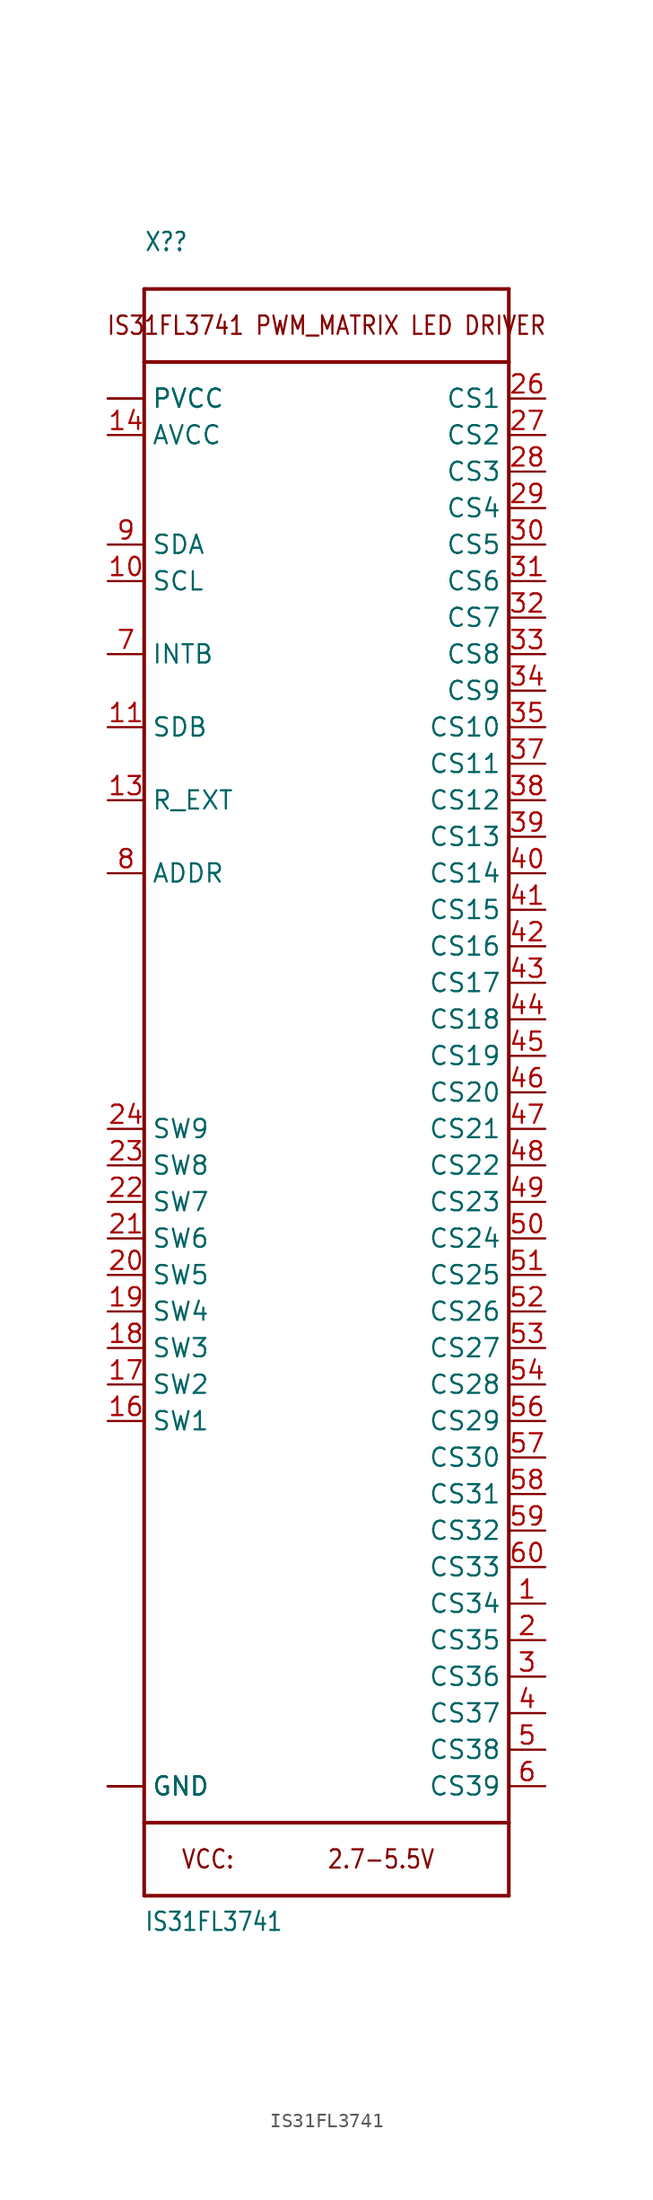
<source format=kicad_sym>
(kicad_symbol_lib
  (version 20211014)
  (generator kicad_symbol_editor)
  (symbol "IS31FL3741"
    (property "Reference" "X?"
      (at -12.7 53.34 0)
      (effects (font (size 1.27 1.079)) (justify left bottom)))
    (property "Value" "IS31FL3741"
      (at -12.7 -63.5 0)
      (effects (font (size 1.27 1.079)) (justify left bottom)))
    (property "ki_locked" ""
      (at 0 0 0)
      (effects (font (size 1.27 1.27))))
    (symbol "IS31FL3741_1_0"
      (polyline (pts (xy -12.7 -55.88) (xy -12.7 -60.96)) (stroke (width 0.254) (type default) (color 0 0 0 0)) (fill (type none)))
      (polyline (pts (xy -12.7 -55.88) (xy -12.7 45.72)) (stroke (width 0.254) (type default) (color 0 0 0 0)) (fill (type none)))
      (polyline (pts (xy -12.7 45.72) (xy 12.7 45.72)) (stroke (width 0.254) (type default) (color 0 0 0 0)) (fill (type none)))
      (polyline (pts (xy -12.7 50.8) (xy -12.7 45.72)) (stroke (width 0.254) (type default) (color 0 0 0 0)) (fill (type none)))
      (polyline (pts (xy -12.7 50.8) (xy 12.7 50.8)) (stroke (width 0.254) (type default) (color 0 0 0 0)) (fill (type none)))
      (polyline (pts (xy 12.7 -60.96) (xy -12.7 -60.96)) (stroke (width 0.254) (type default) (color 0 0 0 0)) (fill (type none)))
      (polyline (pts (xy 12.7 -55.88) (xy -12.7 -55.88)) (stroke (width 0.254) (type default) (color 0 0 0 0)) (fill (type none)))
      (polyline (pts (xy 12.7 -55.88) (xy 12.7 -60.96)) (stroke (width 0.254) (type default) (color 0 0 0 0)) (fill (type none)))
      (polyline (pts (xy 12.7 45.72) (xy 12.7 -55.88)) (stroke (width 0.254) (type default) (color 0 0 0 0)) (fill (type none)))
      (polyline (pts (xy 12.7 50.8) (xy 12.7 45.72)) (stroke (width 0.254) (type default) (color 0 0 0 0)) (fill (type none)))
      (text "2.7-5.5V" (at 0 -58.42 0) (effects (font (size 1.27 1.079)) (justify left)))
      (text "IS31FL3741 PWM_MATRIX LED DRIVER" (at 0 48.26 0) (effects (font (size 1.27 1.079))))
      (text "VCC:" (at -10.16 -58.42 0) (effects (font (size 1.27 1.079)) (justify left)))
      (pin bidirectional line (at 15.24 -40.64 180) (length 2.54) (name "CS34" (effects (font (size 1.27 1.27)))) (number "1" (effects (font (size 1.27 1.27)))))
      (pin bidirectional line (at -15.24 30.48 0) (length 2.54) (name "SCL" (effects (font (size 1.27 1.27)))) (number "10" (effects (font (size 1.27 1.27)))))
      (pin input line (at -15.24 20.32 0) (length 2.54) (name "SDB" (effects (font (size 1.27 1.27)))) (number "11" (effects (font (size 1.27 1.27)))))
      (pin power_in line (at -15.24 -53.34 0) (length 2.54) (name "GND" (effects (font (size 1.27 1.27)))) (number "12" (effects (font (size 0 0)))))
      (pin bidirectional line (at -15.24 15.24 0) (length 2.54) (name "R_EXT" (effects (font (size 1.27 1.27)))) (number "13" (effects (font (size 1.27 1.27)))))
      (pin power_in line (at -15.24 40.64 0) (length 2.54) (name "AVCC" (effects (font (size 1.27 1.27)))) (number "14" (effects (font (size 1.27 1.27)))))
      (pin power_in line (at -15.24 43.18 0) (length 2.54) (name "PVCC" (effects (font (size 1.27 1.27)))) (number "15" (effects (font (size 0 0)))))
      (pin bidirectional line (at -15.24 -27.94 0) (length 2.54) (name "SW1" (effects (font (size 1.27 1.27)))) (number "16" (effects (font (size 1.27 1.27)))))
      (pin bidirectional line (at -15.24 -25.4 0) (length 2.54) (name "SW2" (effects (font (size 1.27 1.27)))) (number "17" (effects (font (size 1.27 1.27)))))
      (pin bidirectional line (at -15.24 -22.86 0) (length 2.54) (name "SW3" (effects (font (size 1.27 1.27)))) (number "18" (effects (font (size 1.27 1.27)))))
      (pin bidirectional line (at -15.24 -20.32 0) (length 2.54) (name "SW4" (effects (font (size 1.27 1.27)))) (number "19" (effects (font (size 1.27 1.27)))))
      (pin bidirectional line (at 15.24 -43.18 180) (length 2.54) (name "CS35" (effects (font (size 1.27 1.27)))) (number "2" (effects (font (size 1.27 1.27)))))
      (pin bidirectional line (at -15.24 -17.78 0) (length 2.54) (name "SW5" (effects (font (size 1.27 1.27)))) (number "20" (effects (font (size 1.27 1.27)))))
      (pin bidirectional line (at -15.24 -15.24 0) (length 2.54) (name "SW6" (effects (font (size 1.27 1.27)))) (number "21" (effects (font (size 1.27 1.27)))))
      (pin bidirectional line (at -15.24 -12.7 0) (length 2.54) (name "SW7" (effects (font (size 1.27 1.27)))) (number "22" (effects (font (size 1.27 1.27)))))
      (pin bidirectional line (at -15.24 -10.16 0) (length 2.54) (name "SW8" (effects (font (size 1.27 1.27)))) (number "23" (effects (font (size 1.27 1.27)))))
      (pin bidirectional line (at -15.24 -7.62 0) (length 2.54) (name "SW9" (effects (font (size 1.27 1.27)))) (number "24" (effects (font (size 1.27 1.27)))))
      (pin power_in line (at -15.24 43.18 0) (length 2.54) (name "PVCC" (effects (font (size 1.27 1.27)))) (number "25" (effects (font (size 0 0)))))
      (pin bidirectional line (at 15.24 43.18 180) (length 2.54) (name "CS1" (effects (font (size 1.27 1.27)))) (number "26" (effects (font (size 1.27 1.27)))))
      (pin bidirectional line (at 15.24 40.64 180) (length 2.54) (name "CS2" (effects (font (size 1.27 1.27)))) (number "27" (effects (font (size 1.27 1.27)))))
      (pin bidirectional line (at 15.24 38.1 180) (length 2.54) (name "CS3" (effects (font (size 1.27 1.27)))) (number "28" (effects (font (size 1.27 1.27)))))
      (pin bidirectional line (at 15.24 35.56 180) (length 2.54) (name "CS4" (effects (font (size 1.27 1.27)))) (number "29" (effects (font (size 1.27 1.27)))))
      (pin bidirectional line (at 15.24 -45.72 180) (length 2.54) (name "CS36" (effects (font (size 1.27 1.27)))) (number "3" (effects (font (size 1.27 1.27)))))
      (pin bidirectional line (at 15.24 33.02 180) (length 2.54) (name "CS5" (effects (font (size 1.27 1.27)))) (number "30" (effects (font (size 1.27 1.27)))))
      (pin bidirectional line (at 15.24 30.48 180) (length 2.54) (name "CS6" (effects (font (size 1.27 1.27)))) (number "31" (effects (font (size 1.27 1.27)))))
      (pin bidirectional line (at 15.24 27.94 180) (length 2.54) (name "CS7" (effects (font (size 1.27 1.27)))) (number "32" (effects (font (size 1.27 1.27)))))
      (pin bidirectional line (at 15.24 25.4 180) (length 2.54) (name "CS8" (effects (font (size 1.27 1.27)))) (number "33" (effects (font (size 1.27 1.27)))))
      (pin bidirectional line (at 15.24 22.86 180) (length 2.54) (name "CS9" (effects (font (size 1.27 1.27)))) (number "34" (effects (font (size 1.27 1.27)))))
      (pin bidirectional line (at 15.24 20.32 180) (length 2.54) (name "CS10" (effects (font (size 1.27 1.27)))) (number "35" (effects (font (size 1.27 1.27)))))
      (pin power_in line (at -15.24 -53.34 0) (length 2.54) (name "GND" (effects (font (size 1.27 1.27)))) (number "36" (effects (font (size 0 0)))))
      (pin bidirectional line (at 15.24 17.78 180) (length 2.54) (name "CS11" (effects (font (size 1.27 1.27)))) (number "37" (effects (font (size 1.27 1.27)))))
      (pin bidirectional line (at 15.24 15.24 180) (length 2.54) (name "CS12" (effects (font (size 1.27 1.27)))) (number "38" (effects (font (size 1.27 1.27)))))
      (pin bidirectional line (at 15.24 12.7 180) (length 2.54) (name "CS13" (effects (font (size 1.27 1.27)))) (number "39" (effects (font (size 1.27 1.27)))))
      (pin bidirectional line (at 15.24 -48.26 180) (length 2.54) (name "CS37" (effects (font (size 1.27 1.27)))) (number "4" (effects (font (size 1.27 1.27)))))
      (pin bidirectional line (at 15.24 10.16 180) (length 2.54) (name "CS14" (effects (font (size 1.27 1.27)))) (number "40" (effects (font (size 1.27 1.27)))))
      (pin bidirectional line (at 15.24 7.62 180) (length 2.54) (name "CS15" (effects (font (size 1.27 1.27)))) (number "41" (effects (font (size 1.27 1.27)))))
      (pin bidirectional line (at 15.24 5.08 180) (length 2.54) (name "CS16" (effects (font (size 1.27 1.27)))) (number "42" (effects (font (size 1.27 1.27)))))
      (pin bidirectional line (at 15.24 2.54 180) (length 2.54) (name "CS17" (effects (font (size 1.27 1.27)))) (number "43" (effects (font (size 1.27 1.27)))))
      (pin bidirectional line (at 15.24 0 180) (length 2.54) (name "CS18" (effects (font (size 1.27 1.27)))) (number "44" (effects (font (size 1.27 1.27)))))
      (pin bidirectional line (at 15.24 -2.54 180) (length 2.54) (name "CS19" (effects (font (size 1.27 1.27)))) (number "45" (effects (font (size 1.27 1.27)))))
      (pin bidirectional line (at 15.24 -5.08 180) (length 2.54) (name "CS20" (effects (font (size 1.27 1.27)))) (number "46" (effects (font (size 1.27 1.27)))))
      (pin bidirectional line (at 15.24 -7.62 180) (length 2.54) (name "CS21" (effects (font (size 1.27 1.27)))) (number "47" (effects (font (size 1.27 1.27)))))
      (pin bidirectional line (at 15.24 -10.16 180) (length 2.54) (name "CS22" (effects (font (size 1.27 1.27)))) (number "48" (effects (font (size 1.27 1.27)))))
      (pin bidirectional line (at 15.24 -12.7 180) (length 2.54) (name "CS23" (effects (font (size 1.27 1.27)))) (number "49" (effects (font (size 1.27 1.27)))))
      (pin bidirectional line (at 15.24 -50.8 180) (length 2.54) (name "CS38" (effects (font (size 1.27 1.27)))) (number "5" (effects (font (size 1.27 1.27)))))
      (pin bidirectional line (at 15.24 -15.24 180) (length 2.54) (name "CS24" (effects (font (size 1.27 1.27)))) (number "50" (effects (font (size 1.27 1.27)))))
      (pin bidirectional line (at 15.24 -17.78 180) (length 2.54) (name "CS25" (effects (font (size 1.27 1.27)))) (number "51" (effects (font (size 1.27 1.27)))))
      (pin bidirectional line (at 15.24 -20.32 180) (length 2.54) (name "CS26" (effects (font (size 1.27 1.27)))) (number "52" (effects (font (size 1.27 1.27)))))
      (pin bidirectional line (at 15.24 -22.86 180) (length 2.54) (name "CS27" (effects (font (size 1.27 1.27)))) (number "53" (effects (font (size 1.27 1.27)))))
      (pin bidirectional line (at 15.24 -25.4 180) (length 2.54) (name "CS28" (effects (font (size 1.27 1.27)))) (number "54" (effects (font (size 1.27 1.27)))))
      (pin power_in line (at -15.24 -53.34 0) (length 2.54) (name "GND" (effects (font (size 1.27 1.27)))) (number "55" (effects (font (size 0 0)))))
      (pin bidirectional line (at 15.24 -27.94 180) (length 2.54) (name "CS29" (effects (font (size 1.27 1.27)))) (number "56" (effects (font (size 1.27 1.27)))))
      (pin bidirectional line (at 15.24 -30.48 180) (length 2.54) (name "CS30" (effects (font (size 1.27 1.27)))) (number "57" (effects (font (size 1.27 1.27)))))
      (pin bidirectional line (at 15.24 -33.02 180) (length 2.54) (name "CS31" (effects (font (size 1.27 1.27)))) (number "58" (effects (font (size 1.27 1.27)))))
      (pin bidirectional line (at 15.24 -35.56 180) (length 2.54) (name "CS32" (effects (font (size 1.27 1.27)))) (number "59" (effects (font (size 1.27 1.27)))))
      (pin bidirectional line (at 15.24 -53.34 180) (length 2.54) (name "CS39" (effects (font (size 1.27 1.27)))) (number "6" (effects (font (size 1.27 1.27)))))
      (pin bidirectional line (at 15.24 -38.1 180) (length 2.54) (name "CS33" (effects (font (size 1.27 1.27)))) (number "60" (effects (font (size 1.27 1.27)))))
      (pin output line (at -15.24 25.4 0) (length 2.54) (name "INTB" (effects (font (size 1.27 1.27)))) (number "7" (effects (font (size 1.27 1.27)))))
      (pin bidirectional line (at -15.24 10.16 0) (length 2.54) (name "ADDR" (effects (font (size 1.27 1.27)))) (number "8" (effects (font (size 1.27 1.27)))))
      (pin bidirectional line (at -15.24 33.02 0) (length 2.54) (name "SDA" (effects (font (size 1.27 1.27)))) (number "9" (effects (font (size 1.27 1.27)))))
      (pin power_in line (at -15.24 -53.34 0) (length 2.54) (name "GND" (effects (font (size 1.27 1.27)))) (number "THERMAL" (effects (font (size 0 0))))))))
</source>
